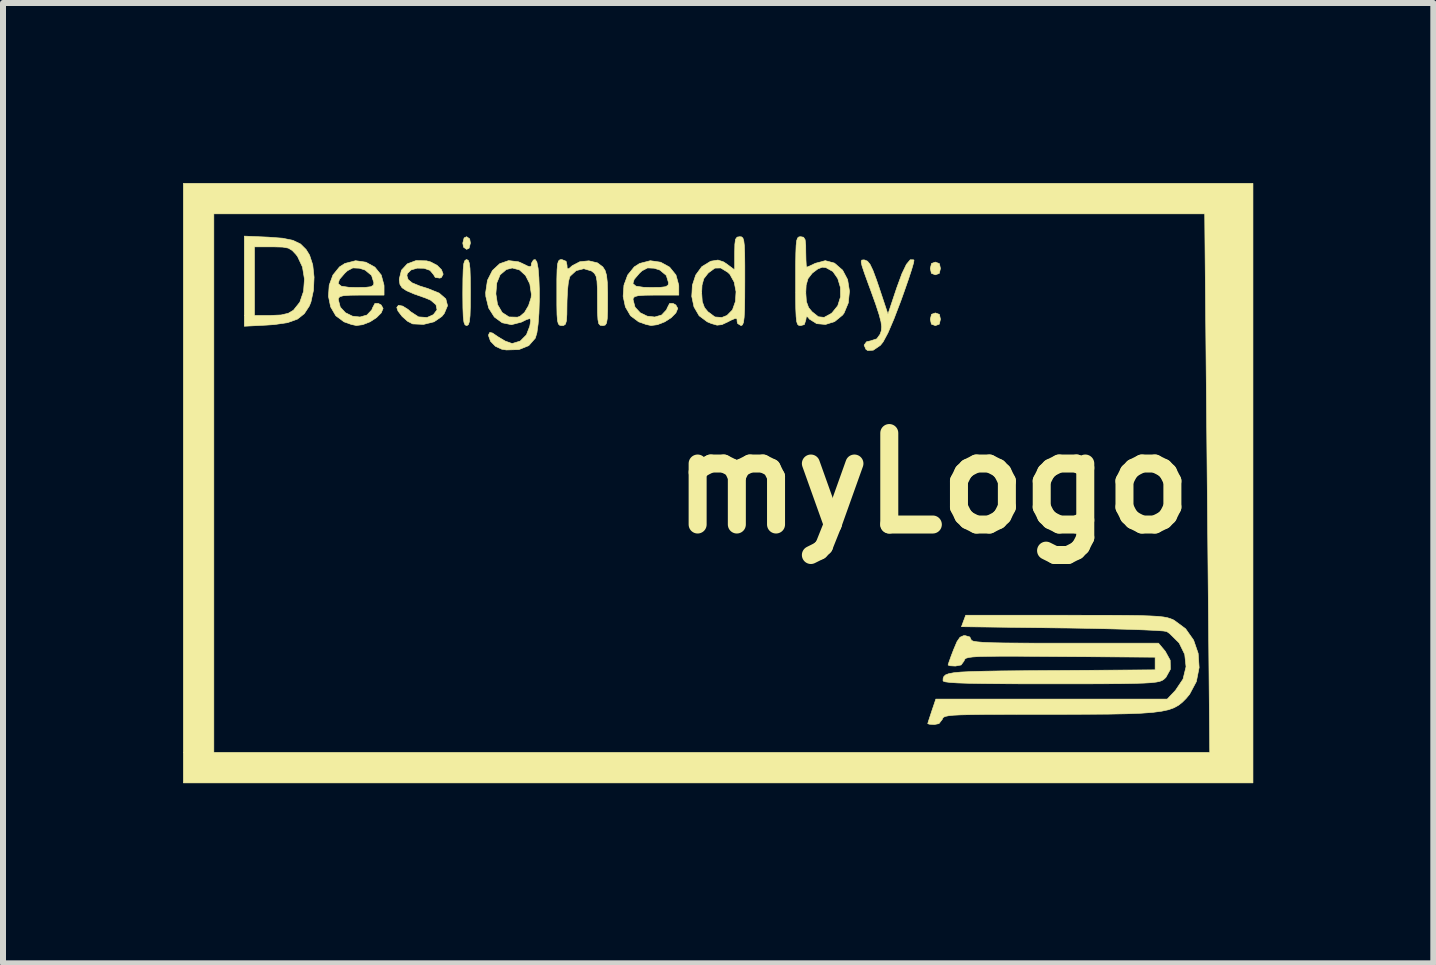
<source format=kicad_pcb>
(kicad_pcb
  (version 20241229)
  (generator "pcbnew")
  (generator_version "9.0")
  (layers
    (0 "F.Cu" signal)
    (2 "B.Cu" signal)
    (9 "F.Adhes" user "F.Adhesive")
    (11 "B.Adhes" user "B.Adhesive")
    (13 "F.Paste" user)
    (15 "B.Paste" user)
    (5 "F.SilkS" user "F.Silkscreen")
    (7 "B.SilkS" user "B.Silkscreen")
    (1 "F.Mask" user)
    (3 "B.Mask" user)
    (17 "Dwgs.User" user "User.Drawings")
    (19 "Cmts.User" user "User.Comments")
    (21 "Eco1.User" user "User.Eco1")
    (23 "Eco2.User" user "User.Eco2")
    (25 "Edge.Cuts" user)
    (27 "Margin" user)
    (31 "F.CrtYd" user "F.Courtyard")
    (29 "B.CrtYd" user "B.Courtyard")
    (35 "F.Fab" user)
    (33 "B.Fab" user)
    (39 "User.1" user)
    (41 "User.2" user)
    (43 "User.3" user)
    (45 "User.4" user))
  (footprint "myLogo"
    (layer "F.Cu")
    (at 8.683 5)
    (property "Reference" "myLogo" (at 3.81 0 0) (layer "F.SilkS") (effects (font (size 1.524 1.524) (thickness 0.3))))
    (attr through_hole)
    (fp_poly (pts (xy -3.907 -4.07) (xy -3.895 -4) (xy -3.917 -3.915) (xy -3.958 -3.895) (xy -4.009 -3.931) (xy -4.022 -4) (xy -4 -4.086) (xy -3.958 -4.106) (xy -3.907 -4.07)) (stroke (width 0.01) (type solid)) (fill yes) (layer "F.SilkS"))
    (fp_poly (pts (xy 3.919 -3.658) (xy 3.937 -3.577) (xy 3.917 -3.494) (xy 3.852 -3.471) (xy 3.786 -3.496) (xy 3.768 -3.577) (xy 3.788 -3.66) (xy 3.852 -3.683) (xy 3.919 -3.658)) (stroke (width 0.01) (type solid)) (fill yes) (layer "F.SilkS"))
    (fp_poly (pts (xy 3.919 -2.812) (xy 3.937 -2.731) (xy 3.917 -2.648) (xy 3.852 -2.625) (xy 3.786 -2.649) (xy 3.768 -2.731) (xy 3.788 -2.813) (xy 3.852 -2.836) (xy 3.919 -2.812)) (stroke (width 0.01) (type solid)) (fill yes) (layer "F.SilkS"))
    (fp_poly (pts (xy 9.144 4.995) (xy -8.678 4.995) (xy -8.678 -4.487) (xy -8.17 -4.487) (xy -8.17 4.487) (xy 8.424 4.487) (xy 8.34 -4.487) (xy -8.17 -4.487) (xy -8.678 -4.487) (xy -8.678 -4.995) (xy 9.144 -4.995) (xy 9.144 4.995)) (stroke (width 0.01) (type solid)) (fill yes) (layer "F.SilkS"))
    (fp_poly (pts (xy -3.932 -3.713) (xy -3.914 -3.668) (xy -3.902 -3.577) (xy -3.897 -3.429) (xy -3.895 -3.21) (xy -3.895 -3.175) (xy -3.896 -2.946) (xy -3.901 -2.789) (xy -3.912 -2.691) (xy -3.929 -2.641) (xy -3.954 -2.625) (xy -3.958 -2.625) (xy -3.985 -2.637) (xy -4.003 -2.682) (xy -4.014 -2.773) (xy -4.02 -2.921) (xy -4.022 -3.14) (xy -4.022 -3.175) (xy -4.02 -3.404) (xy -4.015 -3.561) (xy -4.005 -3.659) (xy -3.987 -3.709) (xy -3.962 -3.725) (xy -3.958 -3.725) (xy -3.932 -3.713)) (stroke (width 0.01) (type solid)) (fill yes) (layer "F.SilkS"))
    (fp_poly (pts (xy -7.266 -4.099) (xy -7.025 -4.081) (xy -6.851 -4.045) (xy -6.726 -3.985) (xy -6.633 -3.893) (xy -6.575 -3.799) (xy -6.522 -3.637) (xy -6.5 -3.431) (xy -6.51 -3.213) (xy -6.552 -3.019) (xy -6.579 -2.951) (xy -6.663 -2.823) (xy -6.777 -2.733) (xy -6.938 -2.675) (xy -7.16 -2.642) (xy -7.292 -2.633) (xy -7.662 -2.614) (xy -7.662 -3.937) (xy -7.493 -3.937) (xy -7.493 -2.794) (xy -7.224 -2.794) (xy -7.049 -2.802) (xy -6.93 -2.83) (xy -6.844 -2.881) (xy -6.737 -3.015) (xy -6.675 -3.196) (xy -6.66 -3.399) (xy -6.693 -3.601) (xy -6.775 -3.776) (xy -6.801 -3.81) (xy -6.864 -3.877) (xy -6.929 -3.916) (xy -7.021 -3.933) (xy -7.166 -3.937) (xy -7.2 -3.937) (xy -7.493 -3.937) (xy -7.662 -3.937) (xy -7.662 -4.116) (xy -7.266 -4.099)) (stroke (width 0.01) (type solid)) (fill yes) (layer "F.SilkS"))
    (fp_poly (pts (xy 3.489 -3.721) (xy 3.496 -3.715) (xy 3.489 -3.67) (xy 3.457 -3.56) (xy 3.404 -3.398) (xy 3.334 -3.197) (xy 3.279 -3.043) (xy 3.161 -2.734) (xy 3.062 -2.503) (xy 2.982 -2.354) (xy 2.937 -2.297) (xy 2.817 -2.215) (xy 2.724 -2.21) (xy 2.695 -2.23) (xy 2.665 -2.3) (xy 2.705 -2.355) (xy 2.774 -2.371) (xy 2.877 -2.405) (xy 2.93 -2.479) (xy 2.951 -2.538) (xy 2.957 -2.604) (xy 2.946 -2.69) (xy 2.914 -2.811) (xy 2.859 -2.979) (xy 2.777 -3.207) (xy 2.737 -3.315) (xy 2.67 -3.5) (xy 2.63 -3.62) (xy 2.616 -3.687) (xy 2.625 -3.716) (xy 2.656 -3.72) (xy 2.675 -3.718) (xy 2.721 -3.698) (xy 2.764 -3.645) (xy 2.812 -3.545) (xy 2.872 -3.384) (xy 2.914 -3.26) (xy 3.062 -2.815) (xy 3.208 -3.252) (xy 3.295 -3.49) (xy 3.37 -3.646) (xy 3.434 -3.722) (xy 3.489 -3.721)) (stroke (width 0.01) (type solid)) (fill yes) (layer "F.SilkS"))
    (fp_poly (pts (xy -4.626 -3.704) (xy -4.559 -3.686) (xy -4.451 -3.63) (xy -4.377 -3.556) (xy -4.349 -3.482) (xy -4.377 -3.428) (xy -4.404 -3.416) (xy -4.481 -3.428) (xy -4.51 -3.476) (xy -4.568 -3.545) (xy -4.667 -3.58) (xy -4.782 -3.582) (xy -4.884 -3.552) (xy -4.946 -3.492) (xy -4.953 -3.456) (xy -4.933 -3.392) (xy -4.866 -3.337) (xy -4.737 -3.284) (xy -4.605 -3.243) (xy -4.415 -3.166) (xy -4.305 -3.07) (xy -4.276 -2.957) (xy -4.33 -2.828) (xy -4.371 -2.777) (xy -4.501 -2.688) (xy -4.675 -2.645) (xy -4.857 -2.653) (xy -4.942 -2.697) (xy -5.033 -2.778) (xy -5.102 -2.868) (xy -5.122 -2.927) (xy -5.094 -2.963) (xy -5.024 -2.95) (xy -4.934 -2.894) (xy -4.893 -2.857) (xy -4.759 -2.77) (xy -4.617 -2.76) (xy -4.512 -2.807) (xy -4.451 -2.888) (xy -4.468 -2.972) (xy -4.557 -3.048) (xy -4.636 -3.082) (xy -4.831 -3.151) (xy -4.959 -3.206) (xy -5.034 -3.256) (xy -5.069 -3.311) (xy -5.08 -3.381) (xy -5.08 -3.401) (xy -5.044 -3.548) (xy -4.946 -3.654) (xy -4.801 -3.708) (xy -4.626 -3.704)) (stroke (width 0.01) (type solid)) (fill yes) (layer "F.SilkS"))
    (fp_poly (pts (xy -5.636 -3.681) (xy -5.487 -3.599) (xy -5.381 -3.468) (xy -5.335 -3.3) (xy -5.334 -3.278) (xy -5.334 -3.133) (xy -5.715 -3.133) (xy -5.897 -3.131) (xy -6.01 -3.123) (xy -6.071 -3.107) (xy -6.094 -3.079) (xy -6.096 -3.057) (xy -6.063 -2.932) (xy -5.977 -2.839) (xy -5.86 -2.782) (xy -5.734 -2.768) (xy -5.619 -2.801) (xy -5.538 -2.887) (xy -5.525 -2.921) (xy -5.486 -2.994) (xy -5.427 -2.993) (xy -5.382 -2.968) (xy -5.35 -2.911) (xy -5.381 -2.837) (xy -5.459 -2.758) (xy -5.567 -2.688) (xy -5.69 -2.64) (xy -5.795 -2.626) (xy -5.879 -2.644) (xy -5.992 -2.684) (xy -6.002 -2.688) (xy -6.138 -2.789) (xy -6.224 -2.937) (xy -6.26 -3.113) (xy -6.248 -3.297) (xy -6.238 -3.325) (xy -6.099 -3.325) (xy -6.047 -3.282) (xy -5.92 -3.263) (xy -5.8 -3.26) (xy -5.643 -3.262) (xy -5.553 -3.273) (xy -5.512 -3.298) (xy -5.503 -3.336) (xy -5.542 -3.461) (xy -5.649 -3.55) (xy -5.744 -3.581) (xy -5.854 -3.586) (xy -5.944 -3.539) (xy -5.987 -3.499) (xy -6.077 -3.395) (xy -6.099 -3.325) (xy -6.238 -3.325) (xy -6.186 -3.467) (xy -6.076 -3.603) (xy -5.987 -3.66) (xy -5.808 -3.706) (xy -5.636 -3.681)) (stroke (width 0.01) (type solid)) (fill yes) (layer "F.SilkS"))
    (fp_poly (pts (xy -2.301 -3.697) (xy -2.286 -3.634) (xy -2.282 -3.572) (xy -2.255 -3.573) (xy -2.198 -3.623) (xy -2.072 -3.689) (xy -1.921 -3.704) (xy -1.778 -3.67) (xy -1.689 -3.603) (xy -1.651 -3.544) (xy -1.627 -3.464) (xy -1.614 -3.346) (xy -1.609 -3.171) (xy -1.609 -3.064) (xy -1.61 -2.867) (xy -1.615 -2.74) (xy -1.627 -2.667) (xy -1.649 -2.634) (xy -1.684 -2.625) (xy -1.693 -2.625) (xy -1.732 -2.63) (xy -1.757 -2.658) (xy -1.77 -2.723) (xy -1.777 -2.841) (xy -1.778 -3.026) (xy -1.778 -3.047) (xy -1.779 -3.241) (xy -1.786 -3.368) (xy -1.801 -3.447) (xy -1.828 -3.495) (xy -1.872 -3.531) (xy -1.878 -3.535) (xy -2.005 -3.573) (xy -2.133 -3.541) (xy -2.233 -3.449) (xy -2.241 -3.434) (xy -2.262 -3.354) (xy -2.277 -3.215) (xy -2.285 -3.044) (xy -2.286 -2.987) (xy -2.288 -2.812) (xy -2.295 -2.704) (xy -2.312 -2.648) (xy -2.342 -2.627) (xy -2.371 -2.625) (xy -2.405 -2.629) (xy -2.429 -2.652) (xy -2.444 -2.707) (xy -2.452 -2.807) (xy -2.455 -2.966) (xy -2.455 -3.175) (xy -2.455 -3.4) (xy -2.451 -3.553) (xy -2.443 -3.649) (xy -2.427 -3.701) (xy -2.403 -3.722) (xy -2.371 -3.725) (xy -2.301 -3.697)) (stroke (width 0.01) (type solid)) (fill yes) (layer "F.SilkS"))
    (fp_poly (pts (xy -0.725 -3.681) (xy -0.576 -3.599) (xy -0.47 -3.468) (xy -0.424 -3.3) (xy -0.423 -3.278) (xy -0.423 -3.133) (xy -0.804 -3.133) (xy -0.986 -3.131) (xy -1.1 -3.123) (xy -1.16 -3.107) (xy -1.183 -3.079) (xy -1.185 -3.057) (xy -1.152 -2.932) (xy -1.066 -2.839) (xy -0.949 -2.782) (xy -0.823 -2.768) (xy -0.709 -2.801) (xy -0.628 -2.887) (xy -0.614 -2.921) (xy -0.576 -2.994) (xy -0.516 -2.993) (xy -0.472 -2.968) (xy -0.44 -2.911) (xy -0.471 -2.837) (xy -0.548 -2.758) (xy -0.656 -2.688) (xy -0.779 -2.64) (xy -0.885 -2.626) (xy -0.968 -2.644) (xy -1.081 -2.684) (xy -1.092 -2.688) (xy -1.227 -2.789) (xy -1.313 -2.937) (xy -1.35 -3.113) (xy -1.337 -3.297) (xy -1.327 -3.325) (xy -1.188 -3.325) (xy -1.137 -3.282) (xy -1.009 -3.263) (xy -0.889 -3.26) (xy -0.732 -3.262) (xy -0.642 -3.273) (xy -0.602 -3.298) (xy -0.593 -3.336) (xy -0.631 -3.461) (xy -0.738 -3.55) (xy -0.833 -3.581) (xy -0.943 -3.586) (xy -1.034 -3.539) (xy -1.077 -3.499) (xy -1.166 -3.395) (xy -1.188 -3.325) (xy -1.327 -3.325) (xy -1.275 -3.467) (xy -1.165 -3.603) (xy -1.076 -3.66) (xy -0.898 -3.706) (xy -0.725 -3.681)) (stroke (width 0.01) (type solid)) (fill yes) (layer "F.SilkS"))
    (fp_poly (pts (xy 0.623 -4.103) (xy 0.645 -4.084) (xy 0.66 -4.038) (xy 0.67 -3.954) (xy 0.675 -3.82) (xy 0.677 -3.624) (xy 0.677 -3.365) (xy 0.676 -3.094) (xy 0.673 -2.897) (xy 0.666 -2.762) (xy 0.655 -2.679) (xy 0.638 -2.637) (xy 0.616 -2.625) (xy 0.614 -2.625) (xy 0.558 -2.659) (xy 0.55 -2.688) (xy 0.546 -2.737) (xy 0.518 -2.745) (xy 0.445 -2.714) (xy 0.396 -2.688) (xy 0.295 -2.641) (xy 0.215 -2.632) (xy 0.118 -2.66) (xy 0.051 -2.688) (xy -0.084 -2.789) (xy -0.17 -2.937) (xy -0.207 -3.112) (xy -0.203 -3.175) (xy -0.042 -3.175) (xy -0.032 -3.026) (xy 0.005 -2.925) (xy 0.062 -2.856) (xy 0.179 -2.769) (xy 0.294 -2.76) (xy 0.38 -2.794) (xy 0.471 -2.886) (xy 0.521 -3.027) (xy 0.531 -3.19) (xy 0.5 -3.35) (xy 0.428 -3.48) (xy 0.392 -3.514) (xy 0.276 -3.585) (xy 0.179 -3.583) (xy 0.075 -3.507) (xy 0.062 -3.494) (xy -0.006 -3.407) (xy -0.036 -3.299) (xy -0.042 -3.175) (xy -0.203 -3.175) (xy -0.197 -3.296) (xy -0.141 -3.467) (xy -0.04 -3.606) (xy 0.103 -3.694) (xy 0.119 -3.699) (xy 0.23 -3.717) (xy 0.324 -3.686) (xy 0.383 -3.646) (xy 0.508 -3.553) (xy 0.508 -3.83) (xy 0.511 -3.979) (xy 0.522 -4.063) (xy 0.549 -4.099) (xy 0.593 -4.106) (xy 0.623 -4.103)) (stroke (width 0.01) (type solid)) (fill yes) (layer "F.SilkS"))
    (fp_poly (pts (xy 1.656 -4.097) (xy 1.682 -4.056) (xy 1.692 -3.965) (xy 1.693 -3.852) (xy 1.696 -3.718) (xy 1.701 -3.626) (xy 1.708 -3.598) (xy 1.752 -3.615) (xy 1.84 -3.657) (xy 1.853 -3.663) (xy 2.018 -3.707) (xy 2.171 -3.666) (xy 2.307 -3.548) (xy 2.39 -3.391) (xy 2.421 -3.199) (xy 2.401 -3.002) (xy 2.331 -2.834) (xy 2.306 -2.8) (xy 2.174 -2.692) (xy 2.022 -2.644) (xy 1.875 -2.657) (xy 1.754 -2.733) (xy 1.726 -2.769) (xy 1.702 -2.772) (xy 1.694 -2.72) (xy 1.669 -2.642) (xy 1.609 -2.625) (xy 1.578 -2.628) (xy 1.556 -2.647) (xy 1.541 -2.693) (xy 1.532 -2.777) (xy 1.526 -2.911) (xy 1.524 -3.107) (xy 1.524 -3.175) (xy 1.693 -3.175) (xy 1.703 -3.026) (xy 1.74 -2.925) (xy 1.797 -2.856) (xy 1.903 -2.772) (xy 1.999 -2.762) (xy 2.111 -2.823) (xy 2.131 -2.838) (xy 2.226 -2.956) (xy 2.272 -3.104) (xy 2.27 -3.262) (xy 2.226 -3.409) (xy 2.145 -3.526) (xy 2.029 -3.591) (xy 1.969 -3.598) (xy 1.895 -3.57) (xy 1.805 -3.502) (xy 1.797 -3.494) (xy 1.73 -3.407) (xy 1.699 -3.299) (xy 1.693 -3.175) (xy 1.524 -3.175) (xy 1.524 -3.365) (xy 1.524 -3.632) (xy 1.527 -3.826) (xy 1.532 -3.958) (xy 1.541 -4.04) (xy 1.557 -4.085) (xy 1.579 -4.103) (xy 1.609 -4.106) (xy 1.656 -4.097)) (stroke (width 0.01) (type solid)) (fill yes) (layer "F.SilkS"))
    (fp_poly (pts (xy -2.788 -3.686) (xy -2.767 -3.58) (xy -2.754 -3.424) (xy -2.747 -3.235) (xy -2.747 -3.032) (xy -2.753 -2.83) (xy -2.767 -2.649) (xy -2.787 -2.504) (xy -2.814 -2.415) (xy -2.923 -2.291) (xy -3.087 -2.225) (xy -3.296 -2.219) (xy -3.372 -2.231) (xy -3.478 -2.28) (xy -3.56 -2.364) (xy -3.593 -2.457) (xy -3.591 -2.475) (xy -3.572 -2.511) (xy -3.527 -2.501) (xy -3.437 -2.44) (xy -3.431 -2.436) (xy -3.318 -2.368) (xy -3.215 -2.331) (xy -3.193 -2.328) (xy -3.065 -2.367) (xy -2.962 -2.47) (xy -2.906 -2.614) (xy -2.89 -2.708) (xy -2.902 -2.743) (xy -2.958 -2.726) (xy -3.045 -2.683) (xy -3.211 -2.64) (xy -3.365 -2.672) (xy -3.496 -2.768) (xy -3.591 -2.918) (xy -3.638 -3.111) (xy -3.64 -3.155) (xy -3.471 -3.155) (xy -3.443 -2.975) (xy -3.366 -2.843) (xy -3.252 -2.769) (xy -3.113 -2.765) (xy -3.071 -2.778) (xy -2.994 -2.843) (xy -2.926 -2.958) (xy -2.884 -3.089) (xy -2.879 -3.145) (xy -2.905 -3.32) (xy -2.976 -3.46) (xy -3.078 -3.553) (xy -3.198 -3.585) (xy -3.297 -3.559) (xy -3.4 -3.471) (xy -3.456 -3.335) (xy -3.471 -3.155) (xy -3.64 -3.155) (xy -3.641 -3.175) (xy -3.611 -3.379) (xy -3.528 -3.543) (xy -3.407 -3.656) (xy -3.258 -3.708) (xy -3.094 -3.688) (xy -3.045 -3.667) (xy -2.942 -3.617) (xy -2.894 -3.604) (xy -2.88 -3.627) (xy -2.879 -3.662) (xy -2.845 -3.718) (xy -2.815 -3.725) (xy -2.788 -3.686)) (stroke (width 0.01) (type solid)) (fill yes) (layer "F.SilkS"))
    (fp_poly (pts (xy 6.431 2.202) (xy 6.774 2.202) (xy 7.05 2.204) (xy 7.267 2.207) (xy 7.434 2.213) (xy 7.56 2.22) (xy 7.652 2.23) (xy 7.721 2.243) (xy 7.774 2.26) (xy 7.821 2.28) (xy 7.833 2.287) (xy 8.022 2.427) (xy 8.155 2.616) (xy 8.231 2.837) (xy 8.247 3.073) (xy 8.201 3.306) (xy 8.088 3.518) (xy 8.029 3.589) (xy 7.968 3.65) (xy 7.905 3.7) (xy 7.832 3.741) (xy 7.74 3.775) (xy 7.623 3.8) (xy 7.472 3.82) (xy 7.279 3.834) (xy 7.036 3.843) (xy 6.736 3.849) (xy 6.37 3.851) (xy 5.93 3.852) (xy 5.733 3.852) (xy 5.304 3.852) (xy 4.951 3.853) (xy 4.667 3.854) (xy 4.445 3.857) (xy 4.277 3.861) (xy 4.155 3.867) (xy 4.071 3.876) (xy 4.018 3.887) (xy 3.988 3.901) (xy 3.974 3.918) (xy 3.967 3.937) (xy 3.912 4.007) (xy 3.835 4.022) (xy 3.754 4.017) (xy 3.725 4.008) (xy 3.738 3.964) (xy 3.77 3.866) (xy 3.793 3.796) (xy 3.86 3.598) (xy 7.716 3.598) (xy 7.853 3.453) (xy 7.979 3.265) (xy 8.029 3.059) (xy 8.007 2.853) (xy 7.914 2.663) (xy 7.753 2.504) (xy 7.705 2.472) (xy 7.65 2.463) (xy 7.519 2.454) (xy 7.323 2.445) (xy 7.071 2.436) (xy 6.772 2.428) (xy 6.435 2.42) (xy 6.071 2.414) (xy 5.964 2.413) (xy 4.287 2.392) (xy 4.322 2.297) (xy 4.358 2.201) (xy 6.012 2.201) (xy 6.431 2.202)) (stroke (width 0.01) (type solid)) (fill yes) (layer "F.SilkS"))
    (fp_poly (pts (xy 4.426 2.563) (xy 4.445 2.603) (xy 4.454 2.62) (xy 4.485 2.634) (xy 4.546 2.644) (xy 4.645 2.653) (xy 4.79 2.659) (xy 4.988 2.663) (xy 5.247 2.665) (xy 5.575 2.667) (xy 5.98 2.667) (xy 6.008 2.667) (xy 7.57 2.667) (xy 7.683 2.802) (xy 7.765 2.951) (xy 7.768 3.102) (xy 7.693 3.237) (xy 7.658 3.27) (xy 7.63 3.288) (xy 7.591 3.303) (xy 7.532 3.315) (xy 7.445 3.325) (xy 7.323 3.332) (xy 7.158 3.337) (xy 6.941 3.341) (xy 6.665 3.343) (xy 6.323 3.344) (xy 5.906 3.344) (xy 5.774 3.344) (xy 5.319 3.344) (xy 4.942 3.342) (xy 4.638 3.339) (xy 4.399 3.335) (xy 4.221 3.329) (xy 4.097 3.321) (xy 4.02 3.311) (xy 3.984 3.299) (xy 3.98 3.291) (xy 3.982 3.253) (xy 3.994 3.222) (xy 4.021 3.196) (xy 4.073 3.176) (xy 4.155 3.16) (xy 4.277 3.148) (xy 4.445 3.14) (xy 4.666 3.134) (xy 4.949 3.129) (xy 5.301 3.126) (xy 5.729 3.123) (xy 5.781 3.123) (xy 7.514 3.111) (xy 7.514 2.9) (xy 5.933 2.889) (xy 5.526 2.886) (xy 5.196 2.884) (xy 4.933 2.884) (xy 4.732 2.886) (xy 4.582 2.889) (xy 4.476 2.896) (xy 4.407 2.905) (xy 4.365 2.917) (xy 4.343 2.933) (xy 4.333 2.954) (xy 4.33 2.963) (xy 4.281 3.03) (xy 4.186 3.048) (xy 4.099 3.043) (xy 4.064 3.031) (xy 4.078 2.985) (xy 4.114 2.884) (xy 4.155 2.777) (xy 4.213 2.64) (xy 4.263 2.568) (xy 4.321 2.542) (xy 4.345 2.54) (xy 4.426 2.563)) (stroke (width 0.01) (type solid)) (fill yes) (layer "F.SilkS")))
  (gr_rect
    (start -3 -3)
    (end 20.832 13.001)
    (stroke (width 0.1) (type default))
    (fill no)
    (layer "Edge.Cuts")))
</source>
